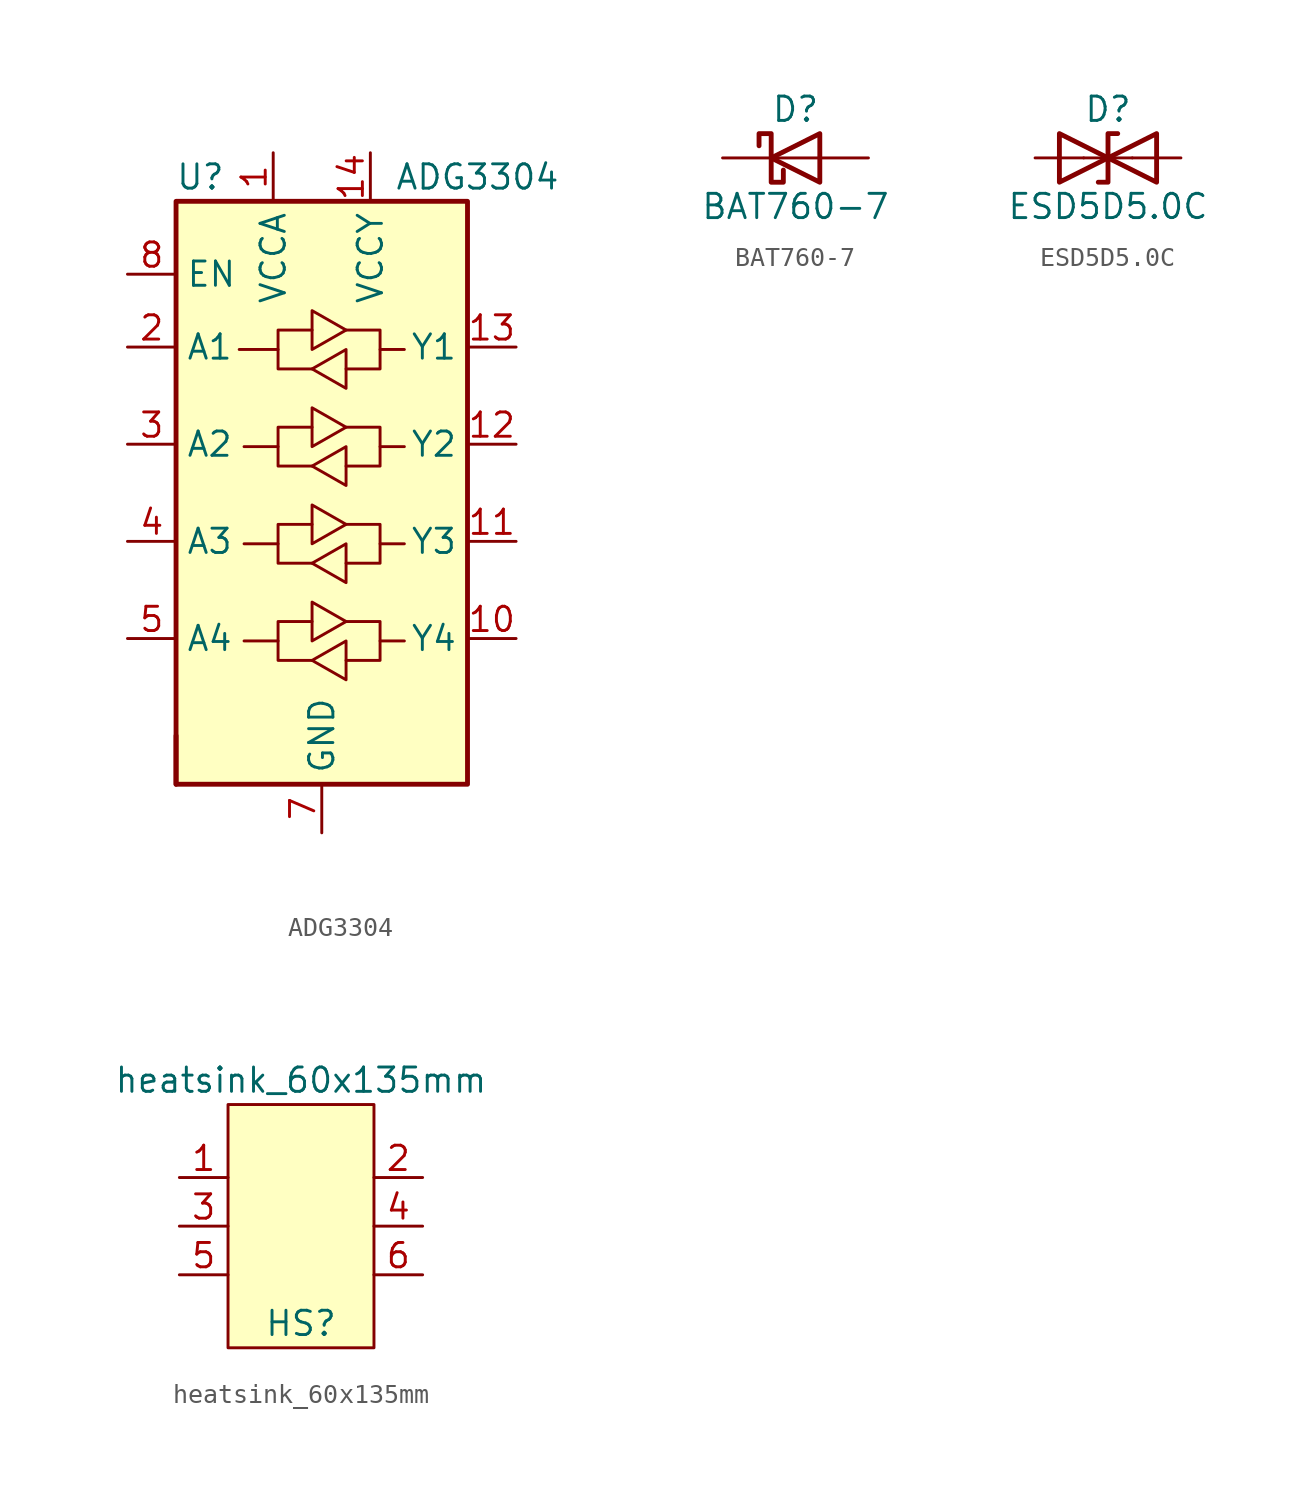
<source format=kicad_sym>
(kicad_symbol_lib
  (version 20211014)
  (generator kicad_symbol_editor)
  (symbol "ADG3304"
    (property "Reference" "U"
      (at -6.35 16.51 0)
      (effects (font (size 1.27 1.27))))
    (property "Value" "ADG3304"
      (at 3.81 16.51 0)
      (effects (font (size 1.27 1.27)) (justify left)))
    (symbol "ADG3304_0_0"
      (pin bidirectional line (at 10.16 7.62 180) (length 2.54) (name "Y1" (effects (font (size 1.27 1.27)))) (number "13" (effects (font (size 1.27 1.27)))))
      (pin power_in line (at 2.54 17.78 270) (length 2.54) (name "VCCY" (effects (font (size 1.27 1.27)))) (number "14" (effects (font (size 1.27 1.27))))))
    (symbol "ADG3304_0_1"
      (rectangle (start -7.62 -15.24) (end -7.62 -12.7) (stroke (width 0.254) (type default) (color 0 0 0 0)) (fill (type none)))
      (rectangle (start -7.62 15.24) (end 7.62 -15.24) (stroke (width 0.254) (type default) (color 0 0 0 0)) (fill (type background)))
      (polyline (pts (xy -2.286 -7.747) (xy -2.286 -6.731) (xy -0.508 -6.731)) (stroke (width 0) (type default) (color 0 0 0 0)) (fill (type none)))
      (polyline (pts (xy -2.286 -2.667) (xy -2.286 -1.651) (xy -0.508 -1.651)) (stroke (width 0) (type default) (color 0 0 0 0)) (fill (type none)))
      (polyline (pts (xy -2.286 2.413) (xy -2.286 3.429) (xy -0.508 3.429)) (stroke (width 0) (type default) (color 0 0 0 0)) (fill (type none)))
      (polyline (pts (xy -2.286 7.493) (xy -2.286 8.509) (xy -0.508 8.509)) (stroke (width 0) (type default) (color 0 0 0 0)) (fill (type none)))
      (polyline (pts (xy 3.048 -7.747) (xy 3.048 -8.763) (xy 1.27 -8.763)) (stroke (width 0) (type default) (color 0 0 0 0)) (fill (type none)))
      (polyline (pts (xy 3.048 -2.667) (xy 3.048 -3.683) (xy 1.27 -3.683)) (stroke (width 0) (type default) (color 0 0 0 0)) (fill (type none)))
      (polyline (pts (xy 3.048 2.413) (xy 3.048 1.397) (xy 1.27 1.397)) (stroke (width 0) (type default) (color 0 0 0 0)) (fill (type none)))
      (polyline (pts (xy 3.048 7.493) (xy 3.048 6.477) (xy 1.27 6.477)) (stroke (width 0) (type default) (color 0 0 0 0)) (fill (type none)))
      (polyline (pts (xy -0.508 -8.763) (xy -2.286 -8.763) (xy -2.286 -7.747) (xy -4.064 -7.747)) (stroke (width 0) (type default) (color 0 0 0 0)) (fill (type none)))
      (polyline (pts (xy -0.508 -8.763) (xy 1.27 -7.747) (xy 1.27 -9.779) (xy -0.508 -8.763)) (stroke (width 0) (type default) (color 0 0 0 0)) (fill (type none)))
      (polyline (pts (xy -0.508 -3.683) (xy -2.286 -3.683) (xy -2.286 -2.667) (xy -4.064 -2.667)) (stroke (width 0) (type default) (color 0 0 0 0)) (fill (type none)))
      (polyline (pts (xy -0.508 -3.683) (xy 1.27 -2.667) (xy 1.27 -4.699) (xy -0.508 -3.683)) (stroke (width 0) (type default) (color 0 0 0 0)) (fill (type none)))
      (polyline (pts (xy -0.508 1.397) (xy -2.286 1.397) (xy -2.286 2.413) (xy -4.064 2.413)) (stroke (width 0) (type default) (color 0 0 0 0)) (fill (type none)))
      (polyline (pts (xy -0.508 1.397) (xy 1.27 2.413) (xy 1.27 0.381) (xy -0.508 1.397)) (stroke (width 0) (type default) (color 0 0 0 0)) (fill (type none)))
      (polyline (pts (xy -0.508 6.477) (xy -2.286 6.477) (xy -2.286 7.493) (xy -4.318 7.493)) (stroke (width 0) (type default) (color 0 0 0 0)) (fill (type none)))
      (polyline (pts (xy -0.508 6.477) (xy 1.27 7.493) (xy 1.27 5.461) (xy -0.508 6.477)) (stroke (width 0) (type default) (color 0 0 0 0)) (fill (type none)))
      (polyline (pts (xy 1.27 -6.731) (xy -0.508 -7.747) (xy -0.508 -5.715) (xy 1.27 -6.731)) (stroke (width 0) (type default) (color 0 0 0 0)) (fill (type none)))
      (polyline (pts (xy 1.27 -6.731) (xy 3.048 -6.731) (xy 3.048 -7.747) (xy 4.318 -7.747)) (stroke (width 0) (type default) (color 0 0 0 0)) (fill (type none)))
      (polyline (pts (xy 1.27 -1.651) (xy -0.508 -2.667) (xy -0.508 -0.635) (xy 1.27 -1.651)) (stroke (width 0) (type default) (color 0 0 0 0)) (fill (type none)))
      (polyline (pts (xy 1.27 -1.651) (xy 3.048 -1.651) (xy 3.048 -2.667) (xy 4.318 -2.667)) (stroke (width 0) (type default) (color 0 0 0 0)) (fill (type none)))
      (polyline (pts (xy 1.27 3.429) (xy -0.508 2.413) (xy -0.508 4.445) (xy 1.27 3.429)) (stroke (width 0) (type default) (color 0 0 0 0)) (fill (type none)))
      (polyline (pts (xy 1.27 3.429) (xy 3.048 3.429) (xy 3.048 2.413) (xy 4.318 2.413)) (stroke (width 0) (type default) (color 0 0 0 0)) (fill (type none)))
      (polyline (pts (xy 1.27 8.509) (xy -0.508 7.493) (xy -0.508 9.525) (xy 1.27 8.509)) (stroke (width 0) (type default) (color 0 0 0 0)) (fill (type none)))
      (polyline (pts (xy 1.27 8.509) (xy 3.048 8.509) (xy 3.048 7.493) (xy 4.318 7.493)) (stroke (width 0) (type default) (color 0 0 0 0)) (fill (type none))))
    (symbol "ADG3304_1_1"
      (pin power_in line (at -2.54 17.78 270) (length 2.54) (name "VCCA" (effects (font (size 1.27 1.27)))) (number "1" (effects (font (size 1.27 1.27)))))
      (pin bidirectional line (at 10.16 -7.62 180) (length 2.54) (name "Y4" (effects (font (size 1.27 1.27)))) (number "10" (effects (font (size 1.27 1.27)))))
      (pin bidirectional line (at 10.16 -2.54 180) (length 2.54) (name "Y3" (effects (font (size 1.27 1.27)))) (number "11" (effects (font (size 1.27 1.27)))))
      (pin bidirectional line (at 10.16 2.54 180) (length 2.54) (name "Y2" (effects (font (size 1.27 1.27)))) (number "12" (effects (font (size 1.27 1.27)))))
      (pin bidirectional line (at -10.16 7.62 0) (length 2.54) (name "A1" (effects (font (size 1.27 1.27)))) (number "2" (effects (font (size 1.27 1.27)))))
      (pin bidirectional line (at -10.16 2.54 0) (length 2.54) (name "A2" (effects (font (size 1.27 1.27)))) (number "3" (effects (font (size 1.27 1.27)))))
      (pin bidirectional line (at -10.16 -2.54 0) (length 2.54) (name "A3" (effects (font (size 1.27 1.27)))) (number "4" (effects (font (size 1.27 1.27)))))
      (pin bidirectional line (at -10.16 -7.62 0) (length 2.54) (name "A4" (effects (font (size 1.27 1.27)))) (number "5" (effects (font (size 1.27 1.27)))))
      (pin no_connect line (at -10.16 -12.7 0) (length 2.54) hide (name "NC" (effects (font (size 1.27 1.27)))) (number "6" (effects (font (size 1.27 1.27)))))
      (pin power_out line (at 0 -17.78 90) (length 2.54) (name "GND" (effects (font (size 1.27 1.27)))) (number "7" (effects (font (size 1.27 1.27)))))
      (pin input line (at -10.16 11.43 0) (length 2.54) (name "EN" (effects (font (size 1.27 1.27)))) (number "8" (effects (font (size 1.27 1.27)))))
      (pin no_connect line (at 10.16 -12.7 180) (length 2.54) hide (name "NC" (effects (font (size 1.27 1.27)))) (number "9" (effects (font (size 1.27 1.27)))))))
  (symbol "BAT760-7"
    (pin_numbers hide)
    (pin_names
      (offset 1.016) hide)
    (property "Reference" "D"
      (at 0 2.54 0)
      (effects (font (size 1.27 1.27))))
    (property "Value" "BAT760-7"
      (at 0 -2.54 0)
      (effects (font (size 1.27 1.27))))
    (symbol "BAT760-7_0_1"
      (polyline (pts (xy 1.27 0) (xy -1.27 0)) (stroke (width 0) (type default) (color 0 0 0 0)) (fill (type none)))
      (polyline (pts (xy 1.27 1.27) (xy 1.27 -1.27) (xy -1.27 0) (xy 1.27 1.27)) (stroke (width 0.254) (type default) (color 0 0 0 0)) (fill (type none)))
      (polyline (pts (xy -1.905 0.635) (xy -1.905 1.27) (xy -1.27 1.27) (xy -1.27 -1.27) (xy -0.635 -1.27) (xy -0.635 -0.635)) (stroke (width 0.254) (type default) (color 0 0 0 0)) (fill (type none))))
    (symbol "BAT760-7_1_1"
      (pin passive line (at -3.81 0 0) (length 2.54) (name "K" (effects (font (size 1.27 1.27)))) (number "1" (effects (font (size 1.27 1.27)))))
      (pin passive line (at 3.81 0 180) (length 2.54) (name "A" (effects (font (size 1.27 1.27)))) (number "2" (effects (font (size 1.27 1.27)))))))
  (symbol "ESD5D5.0C"
    (pin_numbers hide)
    (pin_names
      (offset 1.016) hide)
    (property "Reference" "D"
      (at 0 2.54 0)
      (effects (font (size 1.27 1.27))))
    (property "Value" "ESD5D5.0C"
      (at 0 -2.54 0)
      (effects (font (size 1.27 1.27))))
    (symbol "ESD5D5.0C_0_1"
      (polyline (pts (xy 1.27 0) (xy -1.27 0)) (stroke (width 0) (type default) (color 0 0 0 0)) (fill (type none)))
      (polyline (pts (xy 0.508 1.27) (xy 0 1.27) (xy 0 -1.27) (xy -0.508 -1.27)) (stroke (width 0.254) (type default) (color 0 0 0 0)) (fill (type none)))
      (polyline (pts (xy -2.54 1.27) (xy -2.54 -1.27) (xy 2.54 1.27) (xy 2.54 -1.27) (xy -2.54 1.27)) (stroke (width 0.254) (type default) (color 0 0 0 0)) (fill (type none))))
    (symbol "ESD5D5.0C_1_1"
      (pin passive line (at -3.81 0 0) (length 2.54) (name "A1" (effects (font (size 1.27 1.27)))) (number "1" (effects (font (size 1.27 1.27)))))
      (pin passive line (at 3.81 0 180) (length 2.54) (name "A2" (effects (font (size 1.27 1.27)))) (number "2" (effects (font (size 1.27 1.27)))))))
  (symbol "heatsink_60x135mm"
    (pin_names
      (offset 1.016) hide)
    (property "Reference" "HS"
      (at 0 -5.08 0)
      (effects (font (size 1.27 1.27))))
    (property "Value" "heatsink_60x135mm"
      (at 0 7.62 0)
      (effects (font (size 1.27 1.27))))
    (symbol "heatsink_60x135mm_0_1"
      (rectangle (start -3.81 6.35) (end 3.81 -6.35) (stroke (width 0) (type default) (color 0 0 0 0)) (fill (type background))))
    (symbol "heatsink_60x135mm_1_1"
      (pin passive line (at -6.35 2.54 0) (length 2.54) (name "GND" (effects (font (size 1.27 1.27)))) (number "1" (effects (font (size 1.27 1.27)))))
      (pin passive line (at 6.35 2.54 180) (length 2.54) (name "GND" (effects (font (size 1.27 1.27)))) (number "2" (effects (font (size 1.27 1.27)))))
      (pin passive line (at -6.35 0 0) (length 2.54) (name "GND" (effects (font (size 1.27 1.27)))) (number "3" (effects (font (size 1.27 1.27)))))
      (pin passive line (at 6.35 0 180) (length 2.54) (name "GND" (effects (font (size 1.27 1.27)))) (number "4" (effects (font (size 1.27 1.27)))))
      (pin passive line (at -6.35 -2.54 0) (length 2.54) (name "GND" (effects (font (size 1.27 1.27)))) (number "5" (effects (font (size 1.27 1.27)))))
      (pin passive line (at 6.35 -2.54 180) (length 2.54) (name "GND" (effects (font (size 1.27 1.27)))) (number "6" (effects (font (size 1.27 1.27))))))))
</source>
